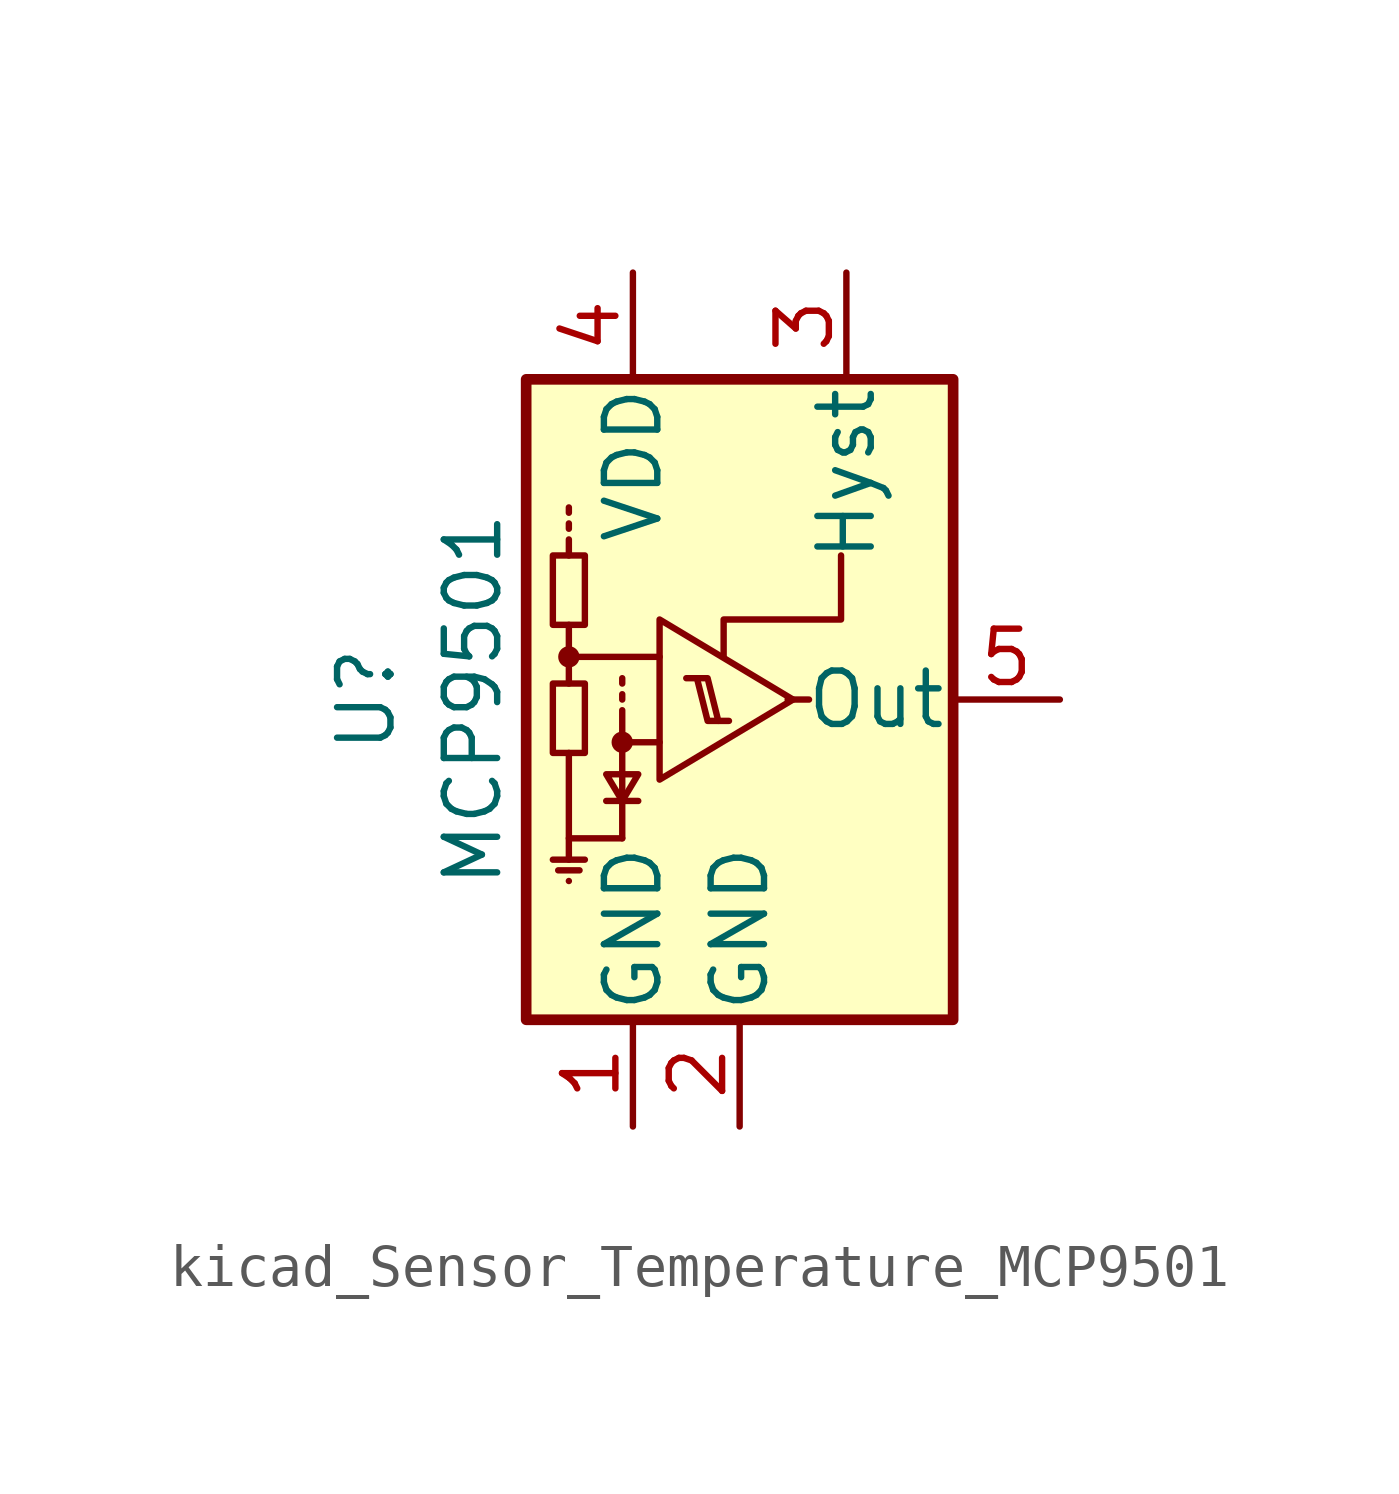
<source format=kicad_sym>
(kicad_symbol_lib
  (version 20220914)
  (generator kicad_symbol_editor)
  (symbol "kicad_Sensor_Temperature_MCP9501"
    (pin_names
      (offset 0.127))
    (property "Reference" "U"
      (at -6.35 0 90)
      (effects (font (size 1.27 1.27))))
    (property "Value" "MCP9501"
      (at -3.81 0 90)
      (effects (font (size 1.27 1.27))))
    (symbol "kicad_Sensor_Temperature_MCP9501_0_1"
      (rectangle (start -2.54 7.62) (end 7.62 -7.62) (stroke (width 0.254) (type default)) (fill (type background)))
      (rectangle (start -1.905 0.381) (end -1.143 -1.27) (stroke (width 0) (type default)) (fill (type none)))
      (rectangle (start -1.905 3.429) (end -1.143 1.778) (stroke (width 0) (type default)) (fill (type none)))
      (circle (center -1.524 1.016) (radius 0.178) (stroke (width 0) (type default)) (fill (type outline)))
      (circle (center -0.254 -1.016) (radius 0.178) (stroke (width 0) (type default)) (fill (type outline)))
      (polyline (pts (xy -1.905 -3.81) (xy -1.143 -3.81)) (stroke (width 0) (type default)) (fill (type none)))
      (polyline (pts (xy -1.778 -4.064) (xy -1.27 -4.064)) (stroke (width 0) (type default)) (fill (type none)))
      (polyline (pts (xy -1.524 -4.318) (xy -1.524 -4.318)) (stroke (width 0) (type default)) (fill (type none)))
      (polyline (pts (xy -1.524 -3.302) (xy -1.524 -3.81)) (stroke (width 0) (type default)) (fill (type none)))
      (polyline (pts (xy -1.524 1.016) (xy -1.524 0.381)) (stroke (width 0) (type default)) (fill (type none)))
      (polyline (pts (xy -1.524 3.429) (xy -1.524 3.81)) (stroke (width 0) (type default)) (fill (type none)))
      (polyline (pts (xy -1.524 4.064) (xy -1.524 4.191)) (stroke (width 0) (type default)) (fill (type none)))
      (polyline (pts (xy -1.524 4.445) (xy -1.524 4.572)) (stroke (width 0) (type default)) (fill (type none)))
      (polyline (pts (xy -0.635 -2.413) (xy 0.127 -2.413)) (stroke (width 0) (type default)) (fill (type none)))
      (polyline (pts (xy -0.254 0) (xy -0.254 0.127)) (stroke (width 0) (type default)) (fill (type none)))
      (polyline (pts (xy -0.254 0.381) (xy -0.254 0.508)) (stroke (width 0) (type default)) (fill (type none)))
      (polyline (pts (xy 3.683 0) (xy 4.191 0)) (stroke (width 0) (type default)) (fill (type none)))
      (polyline (pts (xy -1.524 -1.27) (xy -1.524 -3.302) (xy -0.254 -3.302)) (stroke (width 0) (type default)) (fill (type none)))
      (polyline (pts (xy -0.254 -1.016) (xy -0.254 -0.381) (xy -0.254 -0.254)) (stroke (width 0) (type default)) (fill (type none)))
      (polyline (pts (xy 0.635 -1.016) (xy -0.254 -1.016) (xy -0.254 -3.302)) (stroke (width 0) (type default)) (fill (type none)))
      (polyline (pts (xy 0.635 1.016) (xy -1.524 1.016) (xy -1.524 1.778)) (stroke (width 0) (type default)) (fill (type none)))
      (polyline (pts (xy 1.524 0.508) (xy 1.778 -0.508) (xy 2.032 -0.508)) (stroke (width 0) (type default)) (fill (type none)))
      (polyline (pts (xy 0.127 -1.778) (xy -0.635 -1.778) (xy -0.254 -2.413) (xy 0.127 -1.778)) (stroke (width 0) (type default)) (fill (type none)))
      (polyline (pts (xy 1.27 0.508) (xy 1.778 0.508) (xy 2.032 -0.508) (xy 2.286 -0.508)) (stroke (width 0) (type default)) (fill (type none)))
      (polyline (pts (xy 3.81 0) (xy 0.635 1.905) (xy 0.635 -1.905) (xy 3.81 0)) (stroke (width 0) (type default)) (fill (type none)))
      (polyline (pts (xy 4.953 3.429) (xy 4.953 1.905) (xy 2.159 1.905) (xy 2.159 1.016)) (stroke (width 0) (type default)) (fill (type none))))
    (symbol "kicad_Sensor_Temperature_MCP9501_1_1"
      (pin power_in line (at 0 -10.16 90) (length 2.54) (name "GND" (effects (font (size 1.27 1.27)))) (number "1" (effects (font (size 1.27 1.27)))))
      (pin power_in line (at 2.54 -10.16 90) (length 2.54) (name "GND" (effects (font (size 1.27 1.27)))) (number "2" (effects (font (size 1.27 1.27)))))
      (pin input line (at 5.08 10.16 270) (length 2.54) (name "Hyst" (effects (font (size 1.27 1.27)))) (number "3" (effects (font (size 1.27 1.27)))))
      (pin power_in line (at 0 10.16 270) (length 2.54) (name "VDD" (effects (font (size 1.27 1.27)))) (number "4" (effects (font (size 1.27 1.27)))))
      (pin open_collector line (at 10.16 0 180) (length 2.54) (name "Out" (effects (font (size 1.27 1.27)))) (number "5" (effects (font (size 1.27 1.27))))))))
</source>
